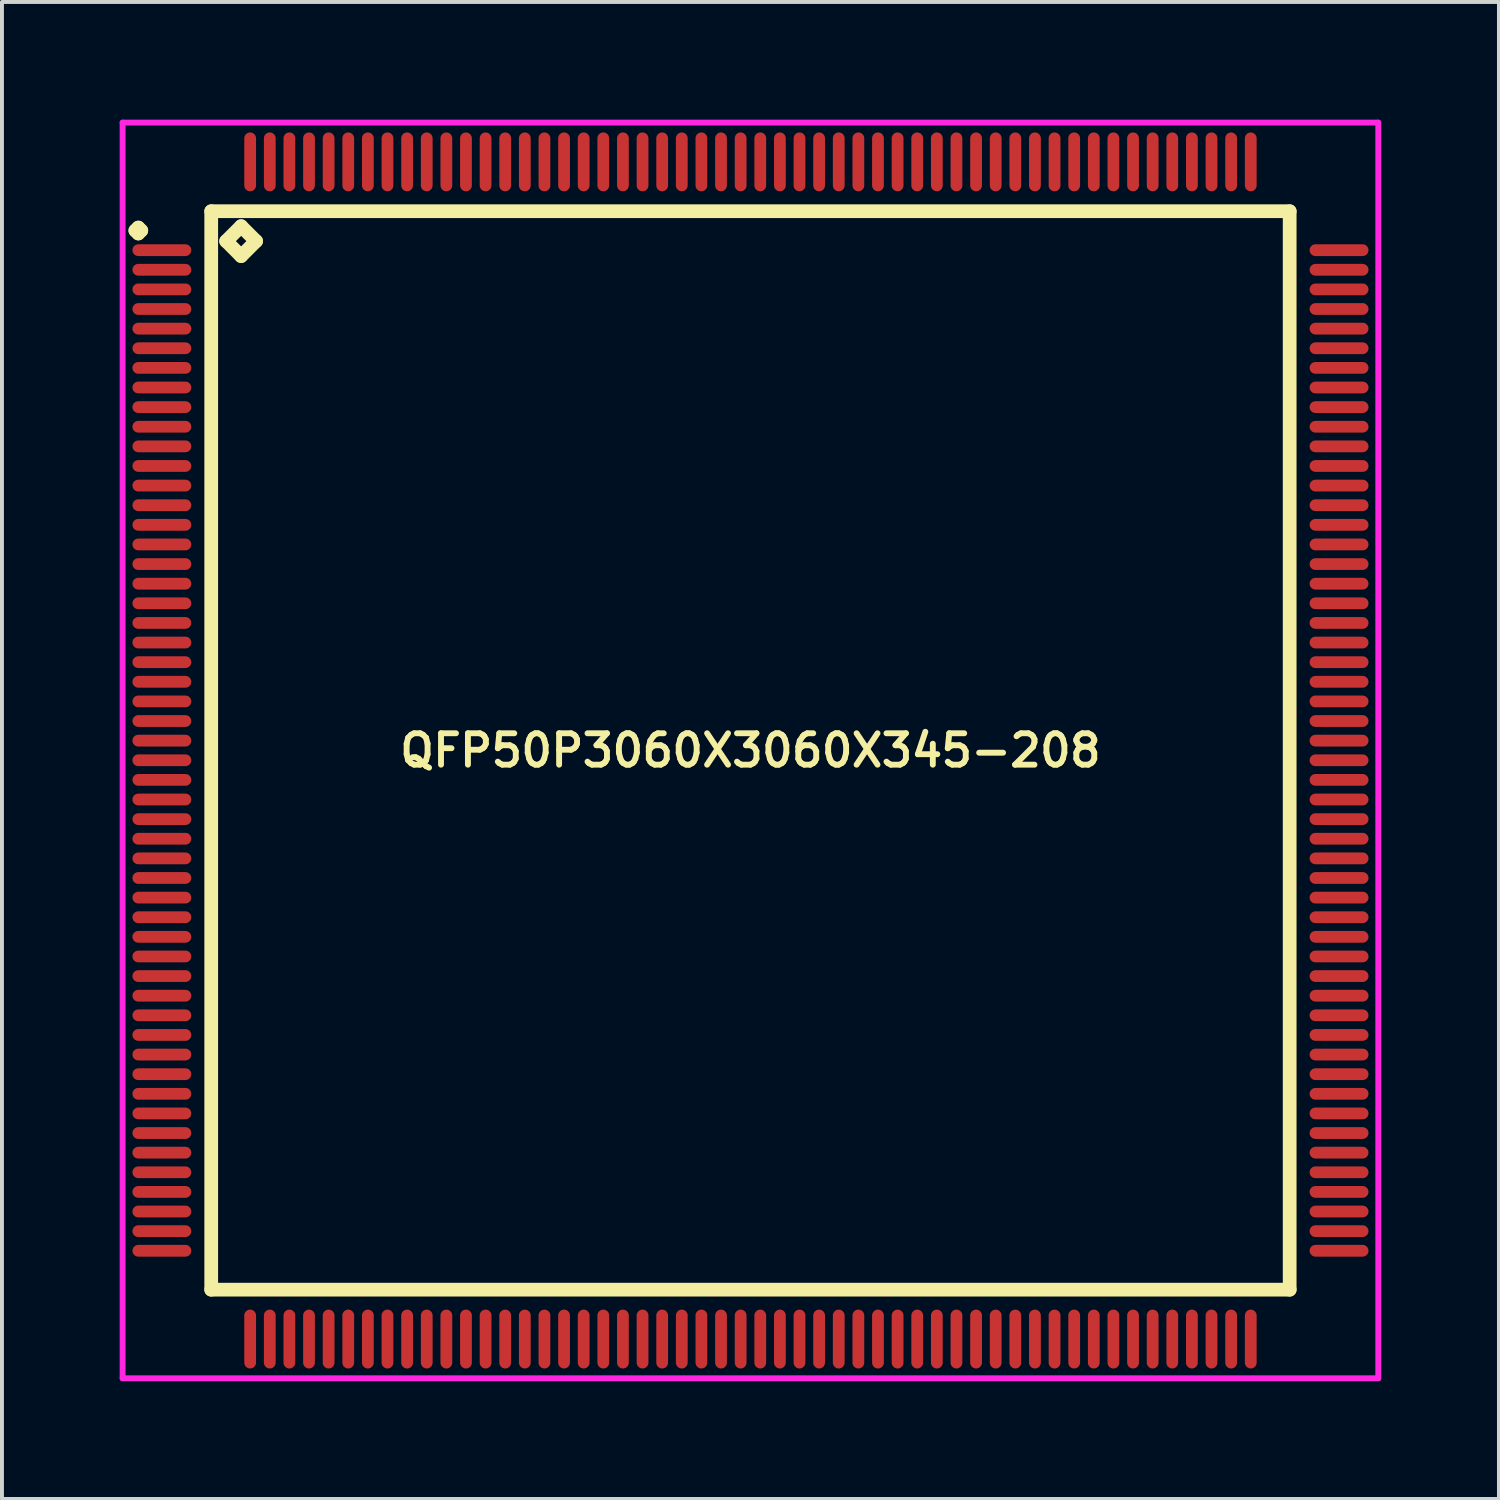
<source format=kicad_pcb>
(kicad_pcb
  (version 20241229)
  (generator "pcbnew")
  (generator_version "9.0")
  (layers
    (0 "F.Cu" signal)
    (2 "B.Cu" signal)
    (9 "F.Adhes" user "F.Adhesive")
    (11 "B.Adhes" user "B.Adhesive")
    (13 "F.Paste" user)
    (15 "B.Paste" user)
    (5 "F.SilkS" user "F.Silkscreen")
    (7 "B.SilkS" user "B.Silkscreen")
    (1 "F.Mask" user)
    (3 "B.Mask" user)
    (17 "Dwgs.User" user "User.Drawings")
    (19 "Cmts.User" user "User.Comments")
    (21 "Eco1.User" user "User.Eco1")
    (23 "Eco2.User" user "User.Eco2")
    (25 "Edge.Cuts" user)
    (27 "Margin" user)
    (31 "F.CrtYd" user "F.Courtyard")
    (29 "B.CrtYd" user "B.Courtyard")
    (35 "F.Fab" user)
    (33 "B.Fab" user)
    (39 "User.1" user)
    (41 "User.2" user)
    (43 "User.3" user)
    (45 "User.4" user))
  (footprint "QFP50P3060X3060X345-208"
    (layer "F.Cu")
    (at 16.075 16.075)
    (property "Reference" "QFP50P3060X3060X345-208" (at 0 0 0) (layer "F.SilkS") (effects (font (size 0.8 0.8) (thickness 0.15))))
    (attr through_hole)
    (fp_line (start -15.675 -13.25) (end -15.6 -13.325) (stroke (width 0.35) (type solid)) (layer "F.SilkS"))
    (fp_line (start -15.6 -13.325) (end -15.525 -13.25) (stroke (width 0.35) (type solid)) (layer "F.SilkS"))
    (fp_line (start -15.6 -13.175) (end -15.675 -13.25) (stroke (width 0.35) (type solid)) (layer "F.SilkS"))
    (fp_line (start -15.525 -13.25) (end -15.6 -13.175) (stroke (width 0.35) (type solid)) (layer "F.SilkS"))
    (fp_line (start -13.742 -13.742) (end -13.742 13.742) (stroke (width 0.35) (type solid)) (layer "F.SilkS"))
    (fp_line (start -13.742 13.742) (end 13.742 13.742) (stroke (width 0.35) (type solid)) (layer "F.SilkS"))
    (fp_line (start -13.361 -12.98) (end -12.98 -13.361) (stroke (width 0.35) (type solid)) (layer "F.SilkS"))
    (fp_line (start -12.98 -13.361) (end -12.599 -12.98) (stroke (width 0.35) (type solid)) (layer "F.SilkS"))
    (fp_line (start -12.98 -12.599) (end -13.361 -12.98) (stroke (width 0.35) (type solid)) (layer "F.SilkS"))
    (fp_line (start -12.599 -12.98) (end -12.98 -12.599) (stroke (width 0.35) (type solid)) (layer "F.SilkS"))
    (fp_line (start 13.742 -13.742) (end -13.742 -13.742) (stroke (width 0.35) (type solid)) (layer "F.SilkS"))
    (fp_line (start 13.742 13.742) (end 13.742 -13.742) (stroke (width 0.35) (type solid)) (layer "F.SilkS"))
    (fp_line (start -16 -16) (end 16 -16) (stroke (width 0.15) (type solid)) (layer "F.CrtYd"))
    (fp_line (start -16 16) (end -16 -16) (stroke (width 0.15) (type solid)) (layer "F.CrtYd"))
    (fp_line (start 16 -16) (end 16 16) (stroke (width 0.15) (type solid)) (layer "F.CrtYd"))
    (fp_line (start 16 16) (end -16 16) (stroke (width 0.15) (type solid)) (layer "F.CrtYd"))
    (pad "1" smd oval (at -15 -12.75) (size 1.5 0.3) (layers "F.Cu" "F.Mask" "F.Paste"))
    (pad "2" smd oval (at -15 -12.25) (size 1.5 0.3) (layers "F.Cu" "F.Mask" "F.Paste"))
    (pad "3" smd oval (at -15 -11.75) (size 1.5 0.3) (layers "F.Cu" "F.Mask" "F.Paste"))
    (pad "4" smd oval (at -15 -11.25) (size 1.5 0.3) (layers "F.Cu" "F.Mask" "F.Paste"))
    (pad "5" smd oval (at -15 -10.75) (size 1.5 0.3) (layers "F.Cu" "F.Mask" "F.Paste"))
    (pad "6" smd oval (at -15 -10.25) (size 1.5 0.3) (layers "F.Cu" "F.Mask" "F.Paste"))
    (pad "7" smd oval (at -15 -9.75) (size 1.5 0.3) (layers "F.Cu" "F.Mask" "F.Paste"))
    (pad "8" smd oval (at -15 -9.25) (size 1.5 0.3) (layers "F.Cu" "F.Mask" "F.Paste"))
    (pad "9" smd oval (at -15 -8.75) (size 1.5 0.3) (layers "F.Cu" "F.Mask" "F.Paste"))
    (pad "10" smd oval (at -15 -8.25) (size 1.5 0.3) (layers "F.Cu" "F.Mask" "F.Paste"))
    (pad "11" smd oval (at -15 -7.75) (size 1.5 0.3) (layers "F.Cu" "F.Mask" "F.Paste"))
    (pad "12" smd oval (at -15 -7.25) (size 1.5 0.3) (layers "F.Cu" "F.Mask" "F.Paste"))
    (pad "13" smd oval (at -15 -6.75) (size 1.5 0.3) (layers "F.Cu" "F.Mask" "F.Paste"))
    (pad "14" smd oval (at -15 -6.25) (size 1.5 0.3) (layers "F.Cu" "F.Mask" "F.Paste"))
    (pad "15" smd oval (at -15 -5.75) (size 1.5 0.3) (layers "F.Cu" "F.Mask" "F.Paste"))
    (pad "16" smd oval (at -15 -5.25) (size 1.5 0.3) (layers "F.Cu" "F.Mask" "F.Paste"))
    (pad "17" smd oval (at -15 -4.75) (size 1.5 0.3) (layers "F.Cu" "F.Mask" "F.Paste"))
    (pad "18" smd oval (at -15 -4.25) (size 1.5 0.3) (layers "F.Cu" "F.Mask" "F.Paste"))
    (pad "19" smd oval (at -15 -3.75) (size 1.5 0.3) (layers "F.Cu" "F.Mask" "F.Paste"))
    (pad "20" smd oval (at -15 -3.25) (size 1.5 0.3) (layers "F.Cu" "F.Mask" "F.Paste"))
    (pad "21" smd oval (at -15 -2.75) (size 1.5 0.3) (layers "F.Cu" "F.Mask" "F.Paste"))
    (pad "22" smd oval (at -15 -2.25) (size 1.5 0.3) (layers "F.Cu" "F.Mask" "F.Paste"))
    (pad "23" smd oval (at -15 -1.75) (size 1.5 0.3) (layers "F.Cu" "F.Mask" "F.Paste"))
    (pad "24" smd oval (at -15 -1.25) (size 1.5 0.3) (layers "F.Cu" "F.Mask" "F.Paste"))
    (pad "25" smd oval (at -15 -0.75) (size 1.5 0.3) (layers "F.Cu" "F.Mask" "F.Paste"))
    (pad "26" smd oval (at -15 -0.25) (size 1.5 0.3) (layers "F.Cu" "F.Mask" "F.Paste"))
    (pad "27" smd oval (at -15 0.25) (size 1.5 0.3) (layers "F.Cu" "F.Mask" "F.Paste"))
    (pad "28" smd oval (at -15 0.75) (size 1.5 0.3) (layers "F.Cu" "F.Mask" "F.Paste"))
    (pad "29" smd oval (at -15 1.25) (size 1.5 0.3) (layers "F.Cu" "F.Mask" "F.Paste"))
    (pad "30" smd oval (at -15 1.75) (size 1.5 0.3) (layers "F.Cu" "F.Mask" "F.Paste"))
    (pad "31" smd oval (at -15 2.25) (size 1.5 0.3) (layers "F.Cu" "F.Mask" "F.Paste"))
    (pad "32" smd oval (at -15 2.75) (size 1.5 0.3) (layers "F.Cu" "F.Mask" "F.Paste"))
    (pad "33" smd oval (at -15 3.25) (size 1.5 0.3) (layers "F.Cu" "F.Mask" "F.Paste"))
    (pad "34" smd oval (at -15 3.75) (size 1.5 0.3) (layers "F.Cu" "F.Mask" "F.Paste"))
    (pad "35" smd oval (at -15 4.25) (size 1.5 0.3) (layers "F.Cu" "F.Mask" "F.Paste"))
    (pad "36" smd oval (at -15 4.75) (size 1.5 0.3) (layers "F.Cu" "F.Mask" "F.Paste"))
    (pad "37" smd oval (at -15 5.25) (size 1.5 0.3) (layers "F.Cu" "F.Mask" "F.Paste"))
    (pad "38" smd oval (at -15 5.75) (size 1.5 0.3) (layers "F.Cu" "F.Mask" "F.Paste"))
    (pad "39" smd oval (at -15 6.25) (size 1.5 0.3) (layers "F.Cu" "F.Mask" "F.Paste"))
    (pad "40" smd oval (at -15 6.75) (size 1.5 0.3) (layers "F.Cu" "F.Mask" "F.Paste"))
    (pad "41" smd oval (at -15 7.25) (size 1.5 0.3) (layers "F.Cu" "F.Mask" "F.Paste"))
    (pad "42" smd oval (at -15 7.75) (size 1.5 0.3) (layers "F.Cu" "F.Mask" "F.Paste"))
    (pad "43" smd oval (at -15 8.25) (size 1.5 0.3) (layers "F.Cu" "F.Mask" "F.Paste"))
    (pad "44" smd oval (at -15 8.75) (size 1.5 0.3) (layers "F.Cu" "F.Mask" "F.Paste"))
    (pad "45" smd oval (at -15 9.25) (size 1.5 0.3) (layers "F.Cu" "F.Mask" "F.Paste"))
    (pad "46" smd oval (at -15 9.75) (size 1.5 0.3) (layers "F.Cu" "F.Mask" "F.Paste"))
    (pad "47" smd oval (at -15 10.25) (size 1.5 0.3) (layers "F.Cu" "F.Mask" "F.Paste"))
    (pad "48" smd oval (at -15 10.75) (size 1.5 0.3) (layers "F.Cu" "F.Mask" "F.Paste"))
    (pad "49" smd oval (at -15 11.25) (size 1.5 0.3) (layers "F.Cu" "F.Mask" "F.Paste"))
    (pad "50" smd oval (at -15 11.75) (size 1.5 0.3) (layers "F.Cu" "F.Mask" "F.Paste"))
    (pad "51" smd oval (at -15 12.25) (size 1.5 0.3) (layers "F.Cu" "F.Mask" "F.Paste"))
    (pad "52" smd oval (at -15 12.75) (size 1.5 0.3) (layers "F.Cu" "F.Mask" "F.Paste"))
    (pad "53" smd oval (at -12.75 15) (size 0.3 1.5) (layers "F.Cu" "F.Mask" "F.Paste"))
    (pad "54" smd oval (at -12.25 15) (size 0.3 1.5) (layers "F.Cu" "F.Mask" "F.Paste"))
    (pad "55" smd oval (at -11.75 15) (size 0.3 1.5) (layers "F.Cu" "F.Mask" "F.Paste"))
    (pad "56" smd oval (at -11.25 15) (size 0.3 1.5) (layers "F.Cu" "F.Mask" "F.Paste"))
    (pad "57" smd oval (at -10.75 15) (size 0.3 1.5) (layers "F.Cu" "F.Mask" "F.Paste"))
    (pad "58" smd oval (at -10.25 15) (size 0.3 1.5) (layers "F.Cu" "F.Mask" "F.Paste"))
    (pad "59" smd oval (at -9.75 15) (size 0.3 1.5) (layers "F.Cu" "F.Mask" "F.Paste"))
    (pad "60" smd oval (at -9.25 15) (size 0.3 1.5) (layers "F.Cu" "F.Mask" "F.Paste"))
    (pad "61" smd oval (at -8.75 15) (size 0.3 1.5) (layers "F.Cu" "F.Mask" "F.Paste"))
    (pad "62" smd oval (at -8.25 15) (size 0.3 1.5) (layers "F.Cu" "F.Mask" "F.Paste"))
    (pad "63" smd oval (at -7.75 15) (size 0.3 1.5) (layers "F.Cu" "F.Mask" "F.Paste"))
    (pad "64" smd oval (at -7.25 15) (size 0.3 1.5) (layers "F.Cu" "F.Mask" "F.Paste"))
    (pad "65" smd oval (at -6.75 15) (size 0.3 1.5) (layers "F.Cu" "F.Mask" "F.Paste"))
    (pad "66" smd oval (at -6.25 15) (size 0.3 1.5) (layers "F.Cu" "F.Mask" "F.Paste"))
    (pad "67" smd oval (at -5.75 15) (size 0.3 1.5) (layers "F.Cu" "F.Mask" "F.Paste"))
    (pad "68" smd oval (at -5.25 15) (size 0.3 1.5) (layers "F.Cu" "F.Mask" "F.Paste"))
    (pad "69" smd oval (at -4.75 15) (size 0.3 1.5) (layers "F.Cu" "F.Mask" "F.Paste"))
    (pad "70" smd oval (at -4.25 15) (size 0.3 1.5) (layers "F.Cu" "F.Mask" "F.Paste"))
    (pad "71" smd oval (at -3.75 15) (size 0.3 1.5) (layers "F.Cu" "F.Mask" "F.Paste"))
    (pad "72" smd oval (at -3.25 15) (size 0.3 1.5) (layers "F.Cu" "F.Mask" "F.Paste"))
    (pad "73" smd oval (at -2.75 15) (size 0.3 1.5) (layers "F.Cu" "F.Mask" "F.Paste"))
    (pad "74" smd oval (at -2.25 15) (size 0.3 1.5) (layers "F.Cu" "F.Mask" "F.Paste"))
    (pad "75" smd oval (at -1.75 15) (size 0.3 1.5) (layers "F.Cu" "F.Mask" "F.Paste"))
    (pad "76" smd oval (at -1.25 15) (size 0.3 1.5) (layers "F.Cu" "F.Mask" "F.Paste"))
    (pad "77" smd oval (at -0.75 15) (size 0.3 1.5) (layers "F.Cu" "F.Mask" "F.Paste"))
    (pad "78" smd oval (at -0.25 15) (size 0.3 1.5) (layers "F.Cu" "F.Mask" "F.Paste"))
    (pad "79" smd oval (at 0.25 15) (size 0.3 1.5) (layers "F.Cu" "F.Mask" "F.Paste"))
    (pad "80" smd oval (at 0.75 15) (size 0.3 1.5) (layers "F.Cu" "F.Mask" "F.Paste"))
    (pad "81" smd oval (at 1.25 15) (size 0.3 1.5) (layers "F.Cu" "F.Mask" "F.Paste"))
    (pad "82" smd oval (at 1.75 15) (size 0.3 1.5) (layers "F.Cu" "F.Mask" "F.Paste"))
    (pad "83" smd oval (at 2.25 15) (size 0.3 1.5) (layers "F.Cu" "F.Mask" "F.Paste"))
    (pad "84" smd oval (at 2.75 15) (size 0.3 1.5) (layers "F.Cu" "F.Mask" "F.Paste"))
    (pad "85" smd oval (at 3.25 15) (size 0.3 1.5) (layers "F.Cu" "F.Mask" "F.Paste"))
    (pad "86" smd oval (at 3.75 15) (size 0.3 1.5) (layers "F.Cu" "F.Mask" "F.Paste"))
    (pad "87" smd oval (at 4.25 15) (size 0.3 1.5) (layers "F.Cu" "F.Mask" "F.Paste"))
    (pad "88" smd oval (at 4.75 15) (size 0.3 1.5) (layers "F.Cu" "F.Mask" "F.Paste"))
    (pad "89" smd oval (at 5.25 15) (size 0.3 1.5) (layers "F.Cu" "F.Mask" "F.Paste"))
    (pad "90" smd oval (at 5.75 15) (size 0.3 1.5) (layers "F.Cu" "F.Mask" "F.Paste"))
    (pad "91" smd oval (at 6.25 15) (size 0.3 1.5) (layers "F.Cu" "F.Mask" "F.Paste"))
    (pad "92" smd oval (at 6.75 15) (size 0.3 1.5) (layers "F.Cu" "F.Mask" "F.Paste"))
    (pad "93" smd oval (at 7.25 15) (size 0.3 1.5) (layers "F.Cu" "F.Mask" "F.Paste"))
    (pad "94" smd oval (at 7.75 15) (size 0.3 1.5) (layers "F.Cu" "F.Mask" "F.Paste"))
    (pad "95" smd oval (at 8.25 15) (size 0.3 1.5) (layers "F.Cu" "F.Mask" "F.Paste"))
    (pad "96" smd oval (at 8.75 15) (size 0.3 1.5) (layers "F.Cu" "F.Mask" "F.Paste"))
    (pad "97" smd oval (at 9.25 15) (size 0.3 1.5) (layers "F.Cu" "F.Mask" "F.Paste"))
    (pad "98" smd oval (at 9.75 15) (size 0.3 1.5) (layers "F.Cu" "F.Mask" "F.Paste"))
    (pad "99" smd oval (at 10.25 15) (size 0.3 1.5) (layers "F.Cu" "F.Mask" "F.Paste"))
    (pad "100" smd oval (at 10.75 15) (size 0.3 1.5) (layers "F.Cu" "F.Mask" "F.Paste"))
    (pad "101" smd oval (at 11.25 15) (size 0.3 1.5) (layers "F.Cu" "F.Mask" "F.Paste"))
    (pad "102" smd oval (at 11.75 15) (size 0.3 1.5) (layers "F.Cu" "F.Mask" "F.Paste"))
    (pad "103" smd oval (at 12.25 15) (size 0.3 1.5) (layers "F.Cu" "F.Mask" "F.Paste"))
    (pad "104" smd oval (at 12.75 15) (size 0.3 1.5) (layers "F.Cu" "F.Mask" "F.Paste"))
    (pad "105" smd oval (at 15 12.75) (size 1.5 0.3) (layers "F.Cu" "F.Mask" "F.Paste"))
    (pad "106" smd oval (at 15 12.25) (size 1.5 0.3) (layers "F.Cu" "F.Mask" "F.Paste"))
    (pad "107" smd oval (at 15 11.75) (size 1.5 0.3) (layers "F.Cu" "F.Mask" "F.Paste"))
    (pad "108" smd oval (at 15 11.25) (size 1.5 0.3) (layers "F.Cu" "F.Mask" "F.Paste"))
    (pad "109" smd oval (at 15 10.75) (size 1.5 0.3) (layers "F.Cu" "F.Mask" "F.Paste"))
    (pad "110" smd oval (at 15 10.25) (size 1.5 0.3) (layers "F.Cu" "F.Mask" "F.Paste"))
    (pad "111" smd oval (at 15 9.75) (size 1.5 0.3) (layers "F.Cu" "F.Mask" "F.Paste"))
    (pad "112" smd oval (at 15 9.25) (size 1.5 0.3) (layers "F.Cu" "F.Mask" "F.Paste"))
    (pad "113" smd oval (at 15 8.75) (size 1.5 0.3) (layers "F.Cu" "F.Mask" "F.Paste"))
    (pad "114" smd oval (at 15 8.25) (size 1.5 0.3) (layers "F.Cu" "F.Mask" "F.Paste"))
    (pad "115" smd oval (at 15 7.75) (size 1.5 0.3) (layers "F.Cu" "F.Mask" "F.Paste"))
    (pad "116" smd oval (at 15 7.25) (size 1.5 0.3) (layers "F.Cu" "F.Mask" "F.Paste"))
    (pad "117" smd oval (at 15 6.75) (size 1.5 0.3) (layers "F.Cu" "F.Mask" "F.Paste"))
    (pad "118" smd oval (at 15 6.25) (size 1.5 0.3) (layers "F.Cu" "F.Mask" "F.Paste"))
    (pad "119" smd oval (at 15 5.75) (size 1.5 0.3) (layers "F.Cu" "F.Mask" "F.Paste"))
    (pad "120" smd oval (at 15 5.25) (size 1.5 0.3) (layers "F.Cu" "F.Mask" "F.Paste"))
    (pad "121" smd oval (at 15 4.75) (size 1.5 0.3) (layers "F.Cu" "F.Mask" "F.Paste"))
    (pad "122" smd oval (at 15 4.25) (size 1.5 0.3) (layers "F.Cu" "F.Mask" "F.Paste"))
    (pad "123" smd oval (at 15 3.75) (size 1.5 0.3) (layers "F.Cu" "F.Mask" "F.Paste"))
    (pad "124" smd oval (at 15 3.25) (size 1.5 0.3) (layers "F.Cu" "F.Mask" "F.Paste"))
    (pad "125" smd oval (at 15 2.75) (size 1.5 0.3) (layers "F.Cu" "F.Mask" "F.Paste"))
    (pad "126" smd oval (at 15 2.25) (size 1.5 0.3) (layers "F.Cu" "F.Mask" "F.Paste"))
    (pad "127" smd oval (at 15 1.75) (size 1.5 0.3) (layers "F.Cu" "F.Mask" "F.Paste"))
    (pad "128" smd oval (at 15 1.25) (size 1.5 0.3) (layers "F.Cu" "F.Mask" "F.Paste"))
    (pad "129" smd oval (at 15 0.75) (size 1.5 0.3) (layers "F.Cu" "F.Mask" "F.Paste"))
    (pad "130" smd oval (at 15 0.25) (size 1.5 0.3) (layers "F.Cu" "F.Mask" "F.Paste"))
    (pad "131" smd oval (at 15 -0.25) (size 1.5 0.3) (layers "F.Cu" "F.Mask" "F.Paste"))
    (pad "132" smd oval (at 15 -0.75) (size 1.5 0.3) (layers "F.Cu" "F.Mask" "F.Paste"))
    (pad "133" smd oval (at 15 -1.25) (size 1.5 0.3) (layers "F.Cu" "F.Mask" "F.Paste"))
    (pad "134" smd oval (at 15 -1.75) (size 1.5 0.3) (layers "F.Cu" "F.Mask" "F.Paste"))
    (pad "135" smd oval (at 15 -2.25) (size 1.5 0.3) (layers "F.Cu" "F.Mask" "F.Paste"))
    (pad "136" smd oval (at 15 -2.75) (size 1.5 0.3) (layers "F.Cu" "F.Mask" "F.Paste"))
    (pad "137" smd oval (at 15 -3.25) (size 1.5 0.3) (layers "F.Cu" "F.Mask" "F.Paste"))
    (pad "138" smd oval (at 15 -3.75) (size 1.5 0.3) (layers "F.Cu" "F.Mask" "F.Paste"))
    (pad "139" smd oval (at 15 -4.25) (size 1.5 0.3) (layers "F.Cu" "F.Mask" "F.Paste"))
    (pad "140" smd oval (at 15 -4.75) (size 1.5 0.3) (layers "F.Cu" "F.Mask" "F.Paste"))
    (pad "141" smd oval (at 15 -5.25) (size 1.5 0.3) (layers "F.Cu" "F.Mask" "F.Paste"))
    (pad "142" smd oval (at 15 -5.75) (size 1.5 0.3) (layers "F.Cu" "F.Mask" "F.Paste"))
    (pad "143" smd oval (at 15 -6.25) (size 1.5 0.3) (layers "F.Cu" "F.Mask" "F.Paste"))
    (pad "144" smd oval (at 15 -6.75) (size 1.5 0.3) (layers "F.Cu" "F.Mask" "F.Paste"))
    (pad "145" smd oval (at 15 -7.25) (size 1.5 0.3) (layers "F.Cu" "F.Mask" "F.Paste"))
    (pad "146" smd oval (at 15 -7.75) (size 1.5 0.3) (layers "F.Cu" "F.Mask" "F.Paste"))
    (pad "147" smd oval (at 15 -8.25) (size 1.5 0.3) (layers "F.Cu" "F.Mask" "F.Paste"))
    (pad "148" smd oval (at 15 -8.75) (size 1.5 0.3) (layers "F.Cu" "F.Mask" "F.Paste"))
    (pad "149" smd oval (at 15 -9.25) (size 1.5 0.3) (layers "F.Cu" "F.Mask" "F.Paste"))
    (pad "150" smd oval (at 15 -9.75) (size 1.5 0.3) (layers "F.Cu" "F.Mask" "F.Paste"))
    (pad "151" smd oval (at 15 -10.25) (size 1.5 0.3) (layers "F.Cu" "F.Mask" "F.Paste"))
    (pad "152" smd oval (at 15 -10.75) (size 1.5 0.3) (layers "F.Cu" "F.Mask" "F.Paste"))
    (pad "153" smd oval (at 15 -11.25) (size 1.5 0.3) (layers "F.Cu" "F.Mask" "F.Paste"))
    (pad "154" smd oval (at 15 -11.75) (size 1.5 0.3) (layers "F.Cu" "F.Mask" "F.Paste"))
    (pad "155" smd oval (at 15 -12.25) (size 1.5 0.3) (layers "F.Cu" "F.Mask" "F.Paste"))
    (pad "156" smd oval (at 15 -12.75) (size 1.5 0.3) (layers "F.Cu" "F.Mask" "F.Paste"))
    (pad "157" smd oval (at 12.75 -15) (size 0.3 1.5) (layers "F.Cu" "F.Mask" "F.Paste"))
    (pad "158" smd oval (at 12.25 -15) (size 0.3 1.5) (layers "F.Cu" "F.Mask" "F.Paste"))
    (pad "159" smd oval (at 11.75 -15) (size 0.3 1.5) (layers "F.Cu" "F.Mask" "F.Paste"))
    (pad "160" smd oval (at 11.25 -15) (size 0.3 1.5) (layers "F.Cu" "F.Mask" "F.Paste"))
    (pad "161" smd oval (at 10.75 -15) (size 0.3 1.5) (layers "F.Cu" "F.Mask" "F.Paste"))
    (pad "162" smd oval (at 10.25 -15) (size 0.3 1.5) (layers "F.Cu" "F.Mask" "F.Paste"))
    (pad "163" smd oval (at 9.75 -15) (size 0.3 1.5) (layers "F.Cu" "F.Mask" "F.Paste"))
    (pad "164" smd oval (at 9.25 -15) (size 0.3 1.5) (layers "F.Cu" "F.Mask" "F.Paste"))
    (pad "165" smd oval (at 8.75 -15) (size 0.3 1.5) (layers "F.Cu" "F.Mask" "F.Paste"))
    (pad "166" smd oval (at 8.25 -15) (size 0.3 1.5) (layers "F.Cu" "F.Mask" "F.Paste"))
    (pad "167" smd oval (at 7.75 -15) (size 0.3 1.5) (layers "F.Cu" "F.Mask" "F.Paste"))
    (pad "168" smd oval (at 7.25 -15) (size 0.3 1.5) (layers "F.Cu" "F.Mask" "F.Paste"))
    (pad "169" smd oval (at 6.75 -15) (size 0.3 1.5) (layers "F.Cu" "F.Mask" "F.Paste"))
    (pad "170" smd oval (at 6.25 -15) (size 0.3 1.5) (layers "F.Cu" "F.Mask" "F.Paste"))
    (pad "171" smd oval (at 5.75 -15) (size 0.3 1.5) (layers "F.Cu" "F.Mask" "F.Paste"))
    (pad "172" smd oval (at 5.25 -15) (size 0.3 1.5) (layers "F.Cu" "F.Mask" "F.Paste"))
    (pad "173" smd oval (at 4.75 -15) (size 0.3 1.5) (layers "F.Cu" "F.Mask" "F.Paste"))
    (pad "174" smd oval (at 4.25 -15) (size 0.3 1.5) (layers "F.Cu" "F.Mask" "F.Paste"))
    (pad "175" smd oval (at 3.75 -15) (size 0.3 1.5) (layers "F.Cu" "F.Mask" "F.Paste"))
    (pad "176" smd oval (at 3.25 -15) (size 0.3 1.5) (layers "F.Cu" "F.Mask" "F.Paste"))
    (pad "177" smd oval (at 2.75 -15) (size 0.3 1.5) (layers "F.Cu" "F.Mask" "F.Paste"))
    (pad "178" smd oval (at 2.25 -15) (size 0.3 1.5) (layers "F.Cu" "F.Mask" "F.Paste"))
    (pad "179" smd oval (at 1.75 -15) (size 0.3 1.5) (layers "F.Cu" "F.Mask" "F.Paste"))
    (pad "180" smd oval (at 1.25 -15) (size 0.3 1.5) (layers "F.Cu" "F.Mask" "F.Paste"))
    (pad "181" smd oval (at 0.75 -15) (size 0.3 1.5) (layers "F.Cu" "F.Mask" "F.Paste"))
    (pad "182" smd oval (at 0.25 -15) (size 0.3 1.5) (layers "F.Cu" "F.Mask" "F.Paste"))
    (pad "183" smd oval (at -0.25 -15) (size 0.3 1.5) (layers "F.Cu" "F.Mask" "F.Paste"))
    (pad "184" smd oval (at -0.75 -15) (size 0.3 1.5) (layers "F.Cu" "F.Mask" "F.Paste"))
    (pad "185" smd oval (at -1.25 -15) (size 0.3 1.5) (layers "F.Cu" "F.Mask" "F.Paste"))
    (pad "186" smd oval (at -1.75 -15) (size 0.3 1.5) (layers "F.Cu" "F.Mask" "F.Paste"))
    (pad "187" smd oval (at -2.25 -15) (size 0.3 1.5) (layers "F.Cu" "F.Mask" "F.Paste"))
    (pad "188" smd oval (at -2.75 -15) (size 0.3 1.5) (layers "F.Cu" "F.Mask" "F.Paste"))
    (pad "189" smd oval (at -3.25 -15) (size 0.3 1.5) (layers "F.Cu" "F.Mask" "F.Paste"))
    (pad "190" smd oval (at -3.75 -15) (size 0.3 1.5) (layers "F.Cu" "F.Mask" "F.Paste"))
    (pad "191" smd oval (at -4.25 -15) (size 0.3 1.5) (layers "F.Cu" "F.Mask" "F.Paste"))
    (pad "192" smd oval (at -4.75 -15) (size 0.3 1.5) (layers "F.Cu" "F.Mask" "F.Paste"))
    (pad "193" smd oval (at -5.25 -15) (size 0.3 1.5) (layers "F.Cu" "F.Mask" "F.Paste"))
    (pad "194" smd oval (at -5.75 -15) (size 0.3 1.5) (layers "F.Cu" "F.Mask" "F.Paste"))
    (pad "195" smd oval (at -6.25 -15) (size 0.3 1.5) (layers "F.Cu" "F.Mask" "F.Paste"))
    (pad "196" smd oval (at -6.75 -15) (size 0.3 1.5) (layers "F.Cu" "F.Mask" "F.Paste"))
    (pad "197" smd oval (at -7.25 -15) (size 0.3 1.5) (layers "F.Cu" "F.Mask" "F.Paste"))
    (pad "198" smd oval (at -7.75 -15) (size 0.3 1.5) (layers "F.Cu" "F.Mask" "F.Paste"))
    (pad "199" smd oval (at -8.25 -15) (size 0.3 1.5) (layers "F.Cu" "F.Mask" "F.Paste"))
    (pad "200" smd oval (at -8.75 -15) (size 0.3 1.5) (layers "F.Cu" "F.Mask" "F.Paste"))
    (pad "201" smd oval (at -9.25 -15) (size 0.3 1.5) (layers "F.Cu" "F.Mask" "F.Paste"))
    (pad "202" smd oval (at -9.75 -15) (size 0.3 1.5) (layers "F.Cu" "F.Mask" "F.Paste"))
    (pad "203" smd oval (at -10.25 -15) (size 0.3 1.5) (layers "F.Cu" "F.Mask" "F.Paste"))
    (pad "204" smd oval (at -10.75 -15) (size 0.3 1.5) (layers "F.Cu" "F.Mask" "F.Paste"))
    (pad "205" smd oval (at -11.25 -15) (size 0.3 1.5) (layers "F.Cu" "F.Mask" "F.Paste"))
    (pad "206" smd oval (at -11.75 -15) (size 0.3 1.5) (layers "F.Cu" "F.Mask" "F.Paste"))
    (pad "207" smd oval (at -12.25 -15) (size 0.3 1.5) (layers "F.Cu" "F.Mask" "F.Paste"))
    (pad "208" smd oval (at -12.75 -15) (size 0.3 1.5) (layers "F.Cu" "F.Mask" "F.Paste")))
  (gr_rect
    (start -3 -3)
    (end 35.15 35.15)
    (stroke (width 0.1) (type default))
    (fill no)
    (layer "Edge.Cuts")))
</source>
